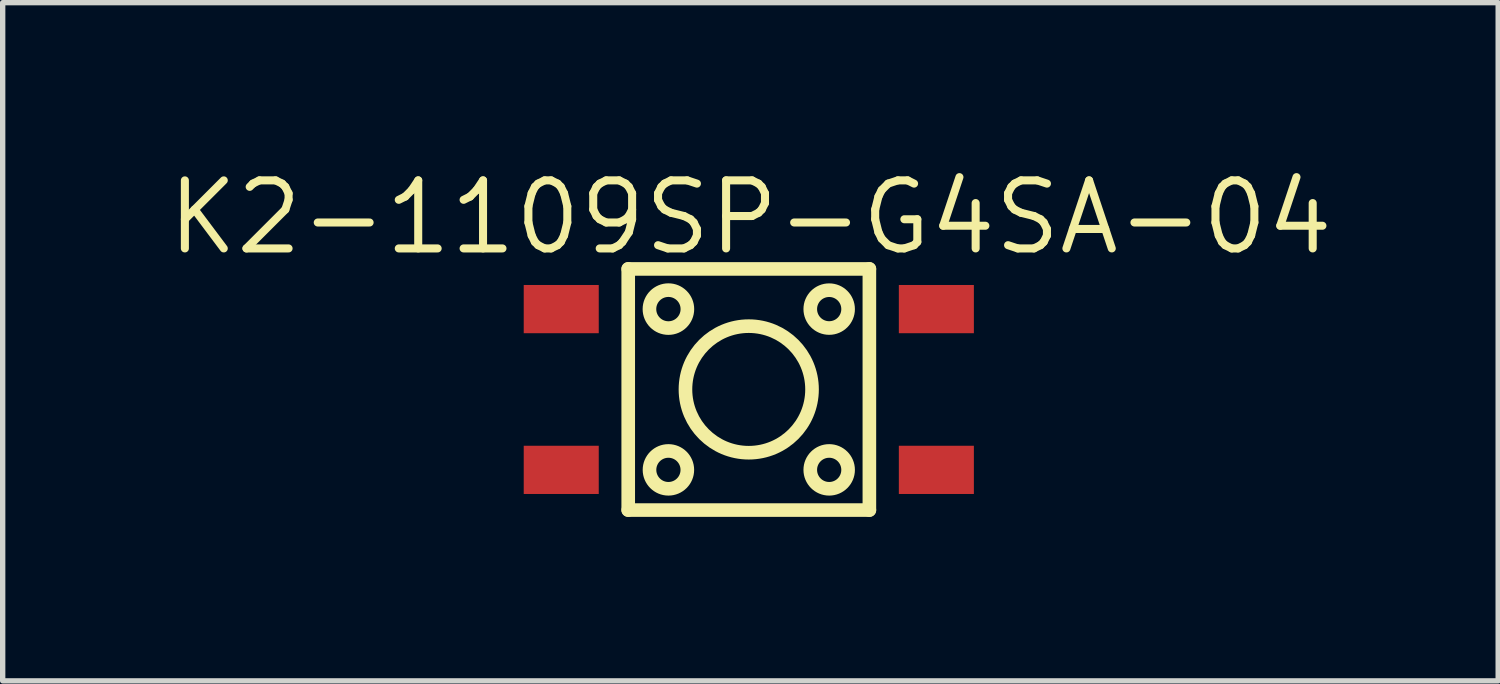
<source format=kicad_pcb>
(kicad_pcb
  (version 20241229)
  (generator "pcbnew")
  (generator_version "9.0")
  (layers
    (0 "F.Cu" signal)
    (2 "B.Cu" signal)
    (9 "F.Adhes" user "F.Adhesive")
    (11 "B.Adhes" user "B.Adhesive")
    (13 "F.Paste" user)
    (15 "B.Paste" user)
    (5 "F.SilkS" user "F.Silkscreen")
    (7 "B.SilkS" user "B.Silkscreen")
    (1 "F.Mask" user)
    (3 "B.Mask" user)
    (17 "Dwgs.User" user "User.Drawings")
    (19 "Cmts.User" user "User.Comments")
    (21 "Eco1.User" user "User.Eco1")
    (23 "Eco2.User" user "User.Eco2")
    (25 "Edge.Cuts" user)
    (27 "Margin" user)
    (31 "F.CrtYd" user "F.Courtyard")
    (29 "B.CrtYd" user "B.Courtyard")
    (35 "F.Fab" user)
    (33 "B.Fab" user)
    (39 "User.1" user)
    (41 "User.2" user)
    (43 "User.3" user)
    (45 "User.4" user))
  (footprint "K2-1109SP-G4SA-04"
    (layer "F.Cu")
    (at 10.923 4.218)
    (property "Reference" "K2-1109SP-G4SA-04" (at 0.03 -3.212 0) (layer "F.SilkS") (effects (font (size 1.27 1.27) (thickness 0.15))))
    (fp_line (start -2.25 -2.25) (end 2.25 -2.25) (stroke (width 0.254) (type default)) (layer "F.SilkS"))
    (fp_line (start -2.25 2.25) (end -2.25 -2.25) (stroke (width 0.254) (type default)) (layer "F.SilkS"))
    (fp_line (start 2.25 -2.25) (end 2.25 2.25) (stroke (width 0.254) (type default)) (layer "F.SilkS"))
    (fp_line (start 2.25 2.25) (end -2.25 2.25) (stroke (width 0.254) (type default)) (layer "F.SilkS"))
    (fp_circle (center -1.5 1.5) (end -1.147 1.5) (stroke (width 0.254) (type default)) (fill no) (layer "F.SilkS"))
    (fp_circle (center -1.5 -1.5) (end -1.146 -1.5) (stroke (width 0.254) (type default)) (fill no) (layer "F.SilkS"))
    (fp_circle (center -0.001 -0.001) (end 1.18 -0.001) (stroke (width 0.254) (type default)) (fill no) (layer "F.SilkS"))
    (fp_circle (center 1.5 -1.5) (end 1.853 -1.5) (stroke (width 0.254) (type default)) (fill no) (layer "F.SilkS"))
    (fp_circle (center 1.5 1.5) (end 1.853 1.5) (stroke (width 0.254) (type default)) (fill no) (layer "F.SilkS"))
    (fp_circle (center 5 2.377) (end 5.03 2.377) (stroke (width 0.06) (type default)) (fill no) (layer "User.5"))
    (pad "1" smd rect (at 3.5 1.5) (size 1.4 0.9) (layers "F.Cu" "F.Mask" "F.Paste"))
    (pad "2" smd rect (at -3.5 1.5) (size 1.4 0.9) (layers "F.Cu" "F.Mask" "F.Paste"))
    (pad "3" smd rect (at 3.5 -1.5) (size 1.4 0.9) (layers "F.Cu" "F.Mask" "F.Paste"))
    (pad "4" smd rect (at -3.5 -1.5) (size 1.4 0.9) (layers "F.Cu" "F.Mask" "F.Paste"))
    (zone (net_name "") (layer "User.3") (hatch edge 0.5) (priority 100) (connect_pads yes) (min_thickness 0) (filled_areas_thickness no) (fill yes) (polygon (pts (xy 5.923 1.841) (xy 15.923 1.841) (xy 15.923 6.595) (xy 5.923 6.595))) (filled_polygon (layer "User.3") (island) (pts (xy 5.923 1.841) (xy 15.923 1.841) (xy 15.923 6.595) (xy 5.923 6.595))))
    (zone (net_name "") (layer "User.4") (hatch edge 0.5) (priority 100) (connect_pads yes) (min_thickness 0) (filled_areas_thickness no) (fill yes) (polygon (pts (xy 5.923 2.268) (xy 8.923 2.268) (xy 8.923 3.168) (xy 5.923 3.168))) (filled_polygon (layer "User.4") (island) (pts (xy 5.923 2.268) (xy 8.923 2.268) (xy 8.923 3.168) (xy 5.923 3.168))))
    (zone (net_name "") (layer "User.4") (hatch edge 0.5) (priority 100) (connect_pads yes) (min_thickness 0) (filled_areas_thickness no) (fill yes) (polygon (pts (xy 5.923 5.268) (xy 8.923 5.268) (xy 8.923 6.168) (xy 5.923 6.168))) (filled_polygon (layer "User.4") (island) (pts (xy 5.923 5.268) (xy 8.923 5.268) (xy 8.923 6.168) (xy 5.923 6.168))))
    (zone (net_name "") (layer "User.4") (hatch edge 0.5) (priority 100) (connect_pads yes) (min_thickness 0) (filled_areas_thickness no) (fill yes) (polygon (pts (xy 12.923 2.268) (xy 15.923 2.268) (xy 15.923 3.168) (xy 12.923 3.168))) (filled_polygon (layer "User.4") (island) (pts (xy 12.923 2.268) (xy 15.923 2.268) (xy 15.923 3.168) (xy 12.923 3.168))))
    (zone (net_name "") (layer "User.4") (hatch edge 0.5) (priority 100) (connect_pads yes) (min_thickness 0) (filled_areas_thickness no) (fill yes) (polygon (pts (xy 12.923 5.268) (xy 15.923 5.268) (xy 15.923 6.168) (xy 12.923 6.168))) (filled_polygon (layer "User.4") (island) (pts (xy 12.923 5.268) (xy 15.923 5.268) (xy 15.923 6.168) (xy 12.923 6.168)))))
  (gr_rect
    (start -3 -3)
    (end 24.907 9.655)
    (stroke (width 0.1) (type default))
    (fill no)
    (layer "Edge.Cuts")))
</source>
